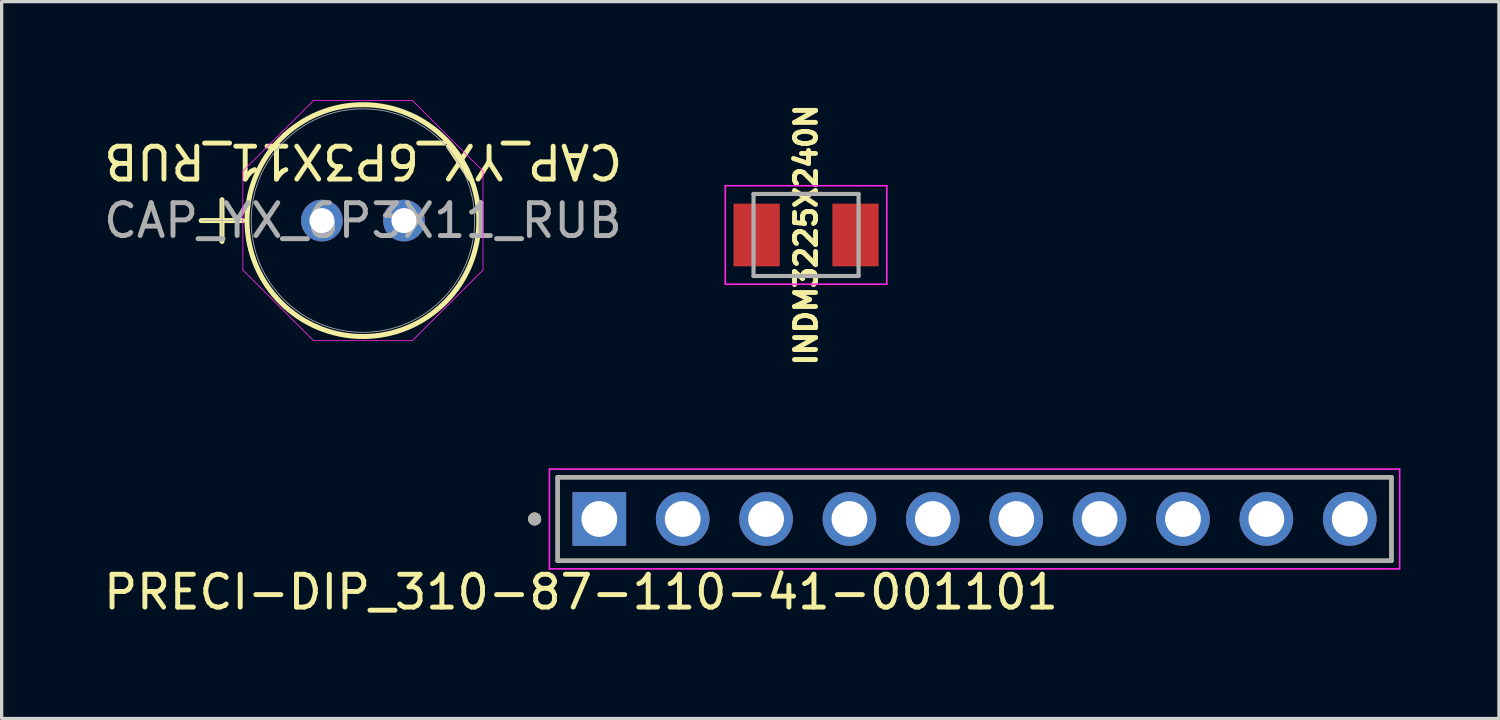
<source format=kicad_pcb>
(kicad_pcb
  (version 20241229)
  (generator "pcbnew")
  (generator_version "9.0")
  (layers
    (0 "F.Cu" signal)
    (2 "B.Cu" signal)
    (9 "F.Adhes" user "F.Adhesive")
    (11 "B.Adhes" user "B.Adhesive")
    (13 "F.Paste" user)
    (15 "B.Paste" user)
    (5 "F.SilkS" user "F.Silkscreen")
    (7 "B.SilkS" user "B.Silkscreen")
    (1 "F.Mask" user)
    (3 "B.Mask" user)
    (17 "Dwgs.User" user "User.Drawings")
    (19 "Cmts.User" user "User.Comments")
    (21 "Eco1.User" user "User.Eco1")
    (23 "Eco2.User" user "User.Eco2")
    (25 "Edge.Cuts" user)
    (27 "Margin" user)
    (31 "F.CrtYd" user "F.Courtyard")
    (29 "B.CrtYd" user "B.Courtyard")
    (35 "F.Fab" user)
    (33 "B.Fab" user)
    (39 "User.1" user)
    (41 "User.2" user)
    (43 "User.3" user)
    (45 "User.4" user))
  (footprint "PRECI-DIP_310-87-110-41-001101"
    (layer "F.Cu")
    (at 26.637 12.76)
    (property "Reference" "PRECI-DIP_310-87-110-41-001101" (at -11.988 2.229 0) (layer "F.SilkS") (effects (font (size 1 1) (thickness 0.15))))
    (attr through_hole)
    (fp_line (start -12.7 -1.27) (end 12.7 -1.27) (stroke (width 0.127) (type solid)) (layer "F.SilkS"))
    (fp_line (start -12.7 1.27) (end -12.7 -1.27) (stroke (width 0.127) (type solid)) (layer "F.SilkS"))
    (fp_line (start 12.7 -1.27) (end 12.7 1.27) (stroke (width 0.127) (type solid)) (layer "F.SilkS"))
    (fp_line (start 12.7 1.27) (end -12.7 1.27) (stroke (width 0.127) (type solid)) (layer "F.SilkS"))
    (fp_circle (center -13.4 0) (end -13.3 0) (stroke (width 0.2) (type solid)) (fill no) (layer "F.SilkS"))
    (fp_line (start -12.95 -1.52) (end 12.95 -1.52) (stroke (width 0.05) (type solid)) (layer "F.CrtYd"))
    (fp_line (start -12.95 1.52) (end -12.95 -1.52) (stroke (width 0.05) (type solid)) (layer "F.CrtYd"))
    (fp_line (start 12.95 -1.52) (end 12.95 1.52) (stroke (width 0.05) (type solid)) (layer "F.CrtYd"))
    (fp_line (start 12.95 1.52) (end -12.95 1.52) (stroke (width 0.05) (type solid)) (layer "F.CrtYd"))
    (fp_line (start -12.7 -1.27) (end 12.7 -1.27) (stroke (width 0.127) (type solid)) (layer "F.Fab"))
    (fp_line (start -12.7 1.27) (end -12.7 -1.27) (stroke (width 0.127) (type solid)) (layer "F.Fab"))
    (fp_line (start 12.7 -1.27) (end 12.7 1.27) (stroke (width 0.127) (type solid)) (layer "F.Fab"))
    (fp_line (start 12.7 1.27) (end -12.7 1.27) (stroke (width 0.127) (type solid)) (layer "F.Fab"))
    (fp_circle (center -13.4 0) (end -13.3 0) (stroke (width 0.2) (type solid)) (fill no) (layer "F.Fab"))
    (pad "1" thru_hole rect (at -11.43 0) (size 1.635 1.635) (drill 1.09) (layers "*.Cu" "*.Mask"))
    (pad "2" thru_hole circle (at -8.89 0) (size 1.635 1.635) (drill 1.09) (layers "*.Cu" "*.Mask"))
    (pad "3" thru_hole circle (at -6.35 0) (size 1.635 1.635) (drill 1.09) (layers "*.Cu" "*.Mask"))
    (pad "4" thru_hole circle (at -3.81 0) (size 1.635 1.635) (drill 1.09) (layers "*.Cu" "*.Mask"))
    (pad "5" thru_hole circle (at -1.27 0) (size 1.635 1.635) (drill 1.09) (layers "*.Cu" "*.Mask"))
    (pad "6" thru_hole circle (at 1.27 0) (size 1.635 1.635) (drill 1.09) (layers "*.Cu" "*.Mask"))
    (pad "7" thru_hole circle (at 3.81 0) (size 1.635 1.635) (drill 1.09) (layers "*.Cu" "*.Mask"))
    (pad "8" thru_hole circle (at 6.35 0) (size 1.635 1.635) (drill 1.09) (layers "*.Cu" "*.Mask"))
    (pad "9" thru_hole circle (at 8.89 0) (size 1.635 1.635) (drill 1.09) (layers "*.Cu" "*.Mask"))
    (pad "10" thru_hole circle (at 11.43 0) (size 1.635 1.635) (drill 1.09) (layers "*.Cu" "*.Mask")))
  (footprint "INDM3225X240N"
    (layer "F.Cu")
    (at 21.505 4.108)
    (property "Reference" "INDM3225X240N" (at 0 0 90) (layer "F.SilkS") (effects (font (size 0.64 0.64) (thickness 0.15))))
    (attr smd)
    (fp_line (start -0.48 -1.25) (end 0.48 -1.25) (stroke (width 0.127) (type solid)) (layer "F.SilkS"))
    (fp_line (start -0.48 1.25) (end 0.48 1.25) (stroke (width 0.127) (type solid)) (layer "F.SilkS"))
    (fp_line (start -2.46 -1.5) (end -2.46 1.5) (stroke (width 0.05) (type solid)) (layer "F.CrtYd"))
    (fp_line (start -2.46 1.5) (end 2.46 1.5) (stroke (width 0.05) (type solid)) (layer "F.CrtYd"))
    (fp_line (start 2.46 -1.5) (end -2.46 -1.5) (stroke (width 0.05) (type solid)) (layer "F.CrtYd"))
    (fp_line (start 2.46 1.5) (end 2.46 -1.5) (stroke (width 0.05) (type solid)) (layer "F.CrtYd"))
    (fp_line (start -1.6 -1.25) (end -1.6 1.25) (stroke (width 0.127) (type solid)) (layer "F.Fab"))
    (fp_line (start -1.6 -1.25) (end 1.6 -1.25) (stroke (width 0.127) (type solid)) (layer "F.Fab"))
    (fp_line (start -1.6 1.25) (end 1.6 1.25) (stroke (width 0.127) (type solid)) (layer "F.Fab"))
    (fp_line (start 1.6 -1.25) (end 1.6 1.25) (stroke (width 0.127) (type solid)) (layer "F.Fab"))
    (pad "1" smd rect (at -1.505 0) (size 1.41 1.91) (layers "F.Cu" "F.Mask" "F.Paste"))
    (pad "2" smd rect (at 1.505 0) (size 1.41 1.91) (layers "F.Cu" "F.Mask" "F.Paste")))
  (footprint "CAP_YX_6P3X11_RUB"
    (layer "F.Cu")
    (at 6.756 3.67)
    (property "Reference" "CAP_YX_6P3X11_RUB" (at 1.259 -1.811 180) (unlocked yes) (layer "F.SilkS") (effects (font (size 1 1) (thickness 0.15))))
    (attr through_hole)
    (fp_line (start -3.678 0) (end -2.408 0) (stroke (width 0.152) (type solid)) (layer "F.SilkS"))
    (fp_line (start -3.043 -0.635) (end -3.043 0.635) (stroke (width 0.152) (type solid)) (layer "F.SilkS"))
    (fp_circle (center 1.25 0) (end 4.781 0) (stroke (width 0.152) (type solid)) (fill no) (layer "F.SilkS"))
    (fp_line (start -2.408 -1.506) (end -0.256 -3.658) (stroke (width 0.025) (type solid)) (layer "F.CrtYd"))
    (fp_line (start -2.408 1.506) (end -2.408 -1.506) (stroke (width 0.025) (type solid)) (layer "F.CrtYd"))
    (fp_line (start -0.256 -3.658) (end 2.756 -3.658) (stroke (width 0.025) (type solid)) (layer "F.CrtYd"))
    (fp_line (start -0.256 3.658) (end -2.408 1.506) (stroke (width 0.025) (type solid)) (layer "F.CrtYd"))
    (fp_line (start 2.756 -3.658) (end 4.908 -1.506) (stroke (width 0.025) (type solid)) (layer "F.CrtYd"))
    (fp_line (start 2.756 3.658) (end -0.256 3.658) (stroke (width 0.025) (type solid)) (layer "F.CrtYd"))
    (fp_line (start 4.908 -1.506) (end 4.908 1.506) (stroke (width 0.025) (type solid)) (layer "F.CrtYd"))
    (fp_line (start 4.908 1.506) (end 2.756 3.658) (stroke (width 0.025) (type solid)) (layer "F.CrtYd"))
    (fp_line (start -3.678 0) (end -2.408 0) (stroke (width 0.025) (type solid)) (layer "F.Fab"))
    (fp_line (start -3.043 -0.635) (end -3.043 0.635) (stroke (width 0.025) (type solid)) (layer "F.Fab"))
    (fp_circle (center 1.25 0) (end 4.654 0) (stroke (width 0.025) (type solid)) (fill no) (layer "F.Fab"))
    (fp_text user "${REFERENCE}" (at 1.25 0 0) (unlocked yes) (layer "F.Fab") (effects (font (size 1 1) (thickness 0.15))))
    (pad "1" thru_hole circle (at 0 0) (size 1.27 1.27) (drill 0.762) (layers "*.Cu" "*.Mask"))
    (pad "2" thru_hole circle (at 2.5 0) (size 1.27 1.27) (drill 0.762) (layers "*.Cu" "*.Mask")))
  (gr_rect
    (start -3 -3)
    (end 42.612 18.837)
    (stroke (width 0.1) (type default))
    (fill no)
    (layer "Edge.Cuts")))
</source>
